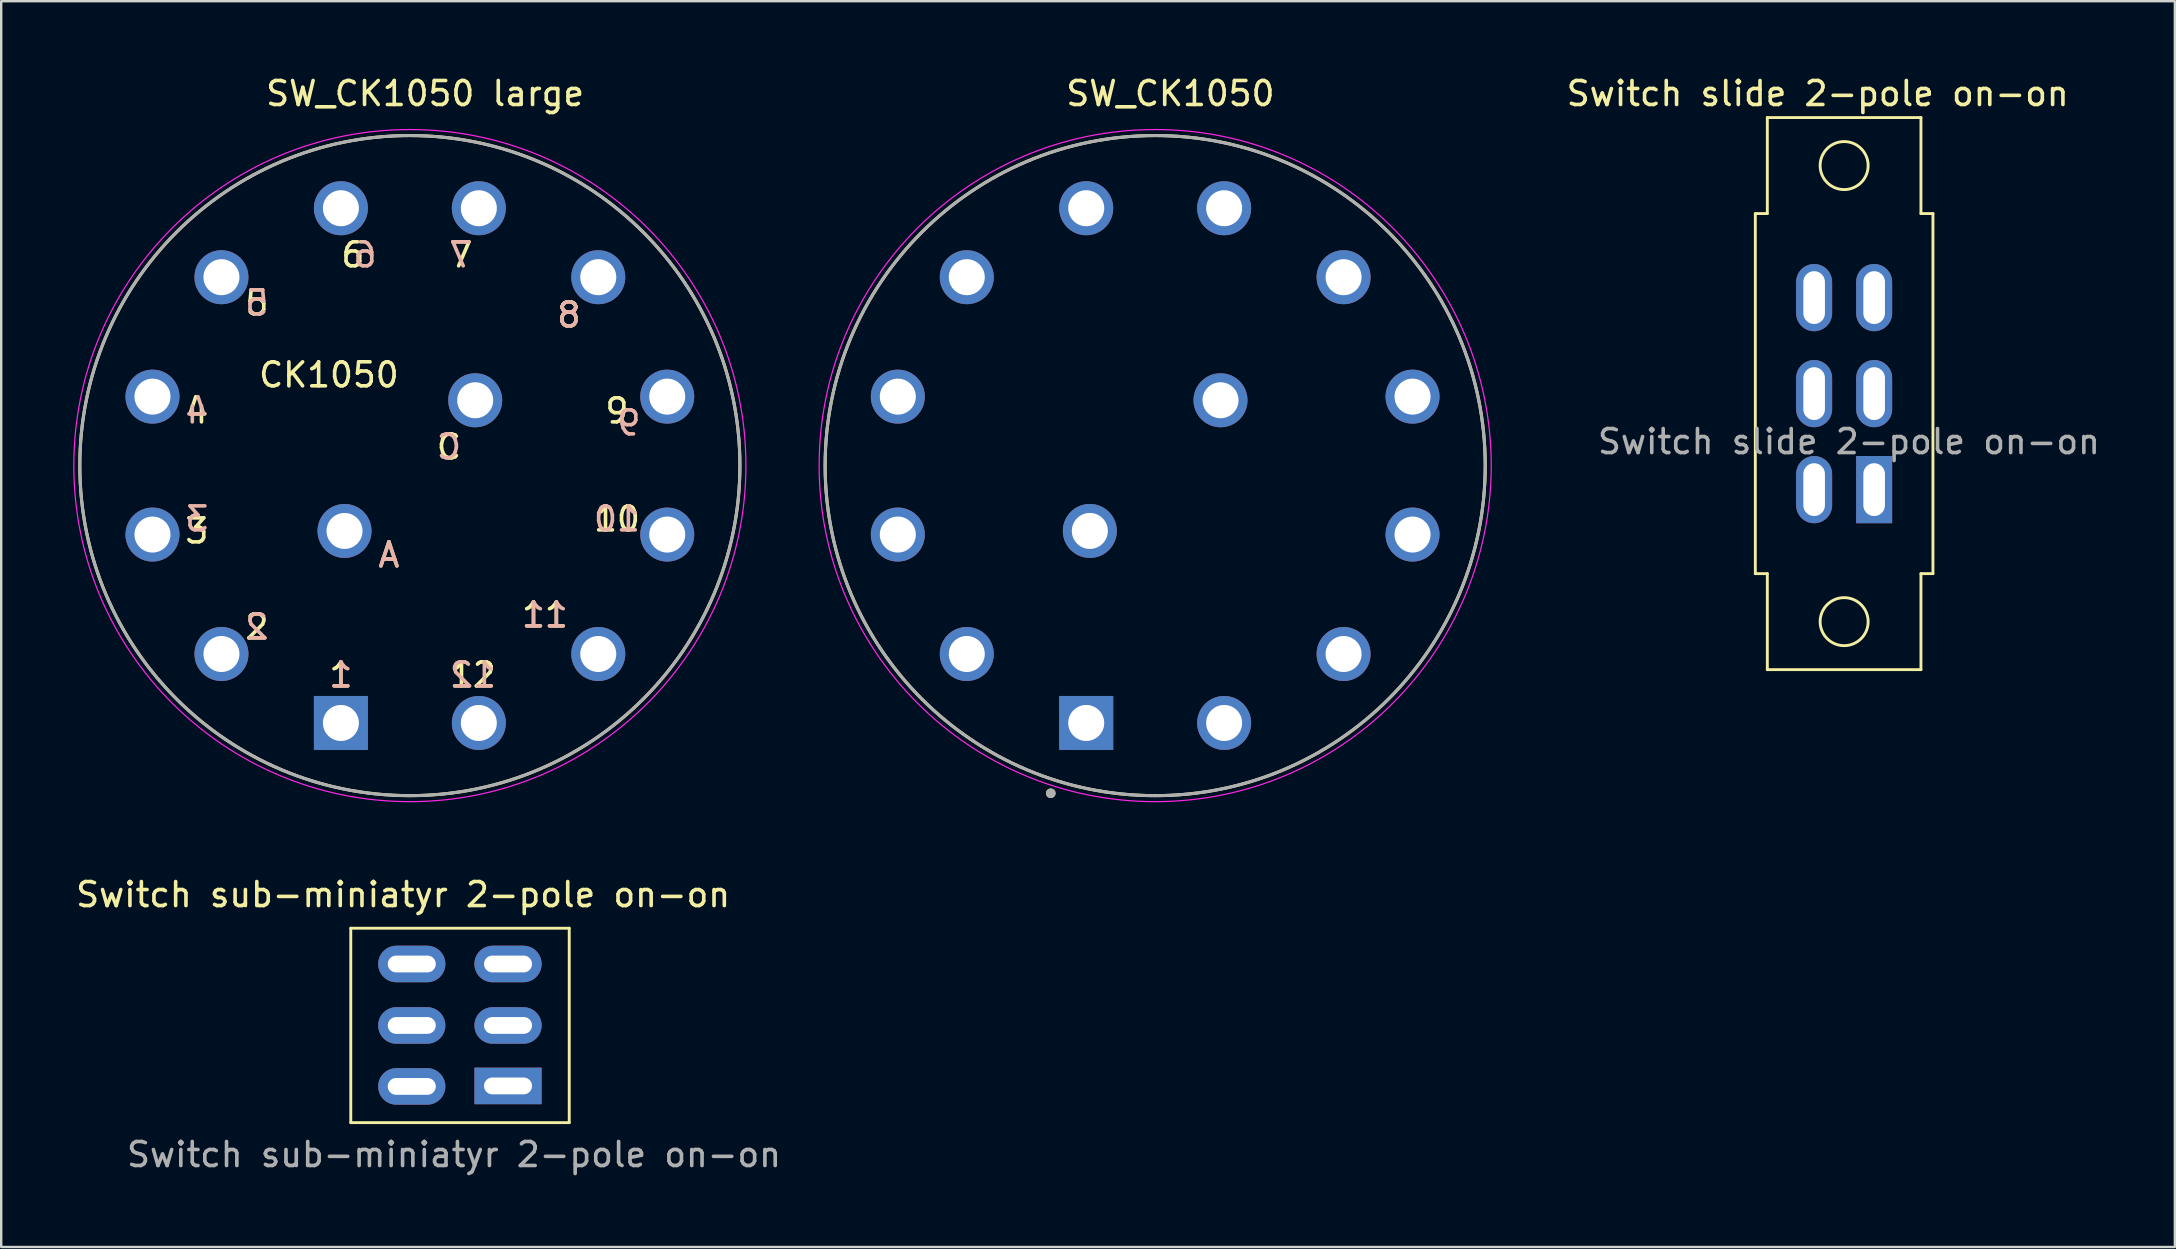
<source format=kicad_pcb>
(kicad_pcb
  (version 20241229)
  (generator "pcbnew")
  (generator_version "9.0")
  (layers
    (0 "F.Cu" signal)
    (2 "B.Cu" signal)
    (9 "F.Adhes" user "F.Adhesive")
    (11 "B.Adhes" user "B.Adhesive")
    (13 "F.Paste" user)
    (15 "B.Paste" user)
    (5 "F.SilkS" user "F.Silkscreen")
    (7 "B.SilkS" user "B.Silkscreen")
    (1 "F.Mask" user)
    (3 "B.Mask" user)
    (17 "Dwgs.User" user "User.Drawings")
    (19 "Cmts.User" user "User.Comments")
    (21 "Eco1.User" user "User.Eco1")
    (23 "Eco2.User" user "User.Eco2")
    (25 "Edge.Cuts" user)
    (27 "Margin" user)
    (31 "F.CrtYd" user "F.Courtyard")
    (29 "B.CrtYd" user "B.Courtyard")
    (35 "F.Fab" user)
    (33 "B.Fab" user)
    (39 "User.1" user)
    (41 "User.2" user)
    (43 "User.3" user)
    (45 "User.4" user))
  (footprint "Switch slide 2-pole on-on"
    (layer "F.Cu")
    (at 73.777 13.348)
    (property "Reference" "Switch slide 2-pole on-on" (at -1.1 -12.5 0) (unlocked yes) (layer "F.SilkS") (effects (font (size 1 1) (thickness 0.15))))
    (attr through_hole)
    (fp_line (start -3.7 -7.5) (end -3.2 -7.5) (stroke (width 0.12) (type default)) (layer "F.SilkS"))
    (fp_line (start -3.7 7.5) (end -3.7 -7.5) (stroke (width 0.12) (type default)) (layer "F.SilkS"))
    (fp_line (start -3.2 -11.5) (end 3.2 -11.5) (stroke (width 0.12) (type default)) (layer "F.SilkS"))
    (fp_line (start -3.2 -7.5) (end -3.2 -11.5) (stroke (width 0.12) (type default)) (layer "F.SilkS"))
    (fp_line (start -3.2 7.5) (end -3.7 7.5) (stroke (width 0.12) (type default)) (layer "F.SilkS"))
    (fp_line (start -3.2 11.5) (end -3.2 7.5) (stroke (width 0.12) (type default)) (layer "F.SilkS"))
    (fp_line (start 3.2 -11.5) (end 3.2 -7.5) (stroke (width 0.12) (type default)) (layer "F.SilkS"))
    (fp_line (start 3.2 -7.5) (end 3.7 -7.5) (stroke (width 0.12) (type default)) (layer "F.SilkS"))
    (fp_line (start 3.2 7.5) (end 3.2 11.5) (stroke (width 0.12) (type default)) (layer "F.SilkS"))
    (fp_line (start 3.2 11.5) (end -3.2 11.5) (stroke (width 0.12) (type default)) (layer "F.SilkS"))
    (fp_line (start 3.7 -7.5) (end 3.7 7.5) (stroke (width 0.12) (type default)) (layer "F.SilkS"))
    (fp_line (start 3.7 7.5) (end 3.2 7.5) (stroke (width 0.12) (type default)) (layer "F.SilkS"))
    (fp_circle (center 0 -9.5) (end 1 -9.5) (stroke (width 0.12) (type default)) (fill no) (layer "F.SilkS"))
    (fp_circle (center 0 9.5) (end 1 9.5) (stroke (width 0.12) (type default)) (fill no) (layer "F.SilkS"))
    (fp_text user "${REFERENCE}" (at 0.2 2 0) (unlocked yes) (layer "F.Fab") (effects (font (size 1 1) (thickness 0.15))))
    (pad "1" thru_hole rect (at 1.25 4) (size 1.5 2.8) (drill oval 0.9 2.2) (layers "*.Cu" "*.Mask"))
    (pad "2" thru_hole oval (at 1.25 0) (size 1.5 2.8) (drill oval 0.9 2.2) (layers "*.Cu" "*.Mask"))
    (pad "3" thru_hole oval (at 1.25 -4) (size 1.5 2.8) (drill oval 0.9 2.2) (layers "*.Cu" "*.Mask"))
    (pad "4" thru_hole oval (at -1.25 4) (size 1.5 2.8) (drill oval 0.9 2.2) (layers "*.Cu" "*.Mask"))
    (pad "5" thru_hole oval (at -1.25 0) (size 1.5 2.8) (drill oval 0.9 2.2) (layers "*.Cu" "*.Mask"))
    (pad "6" thru_hole oval (at -1.25 -4) (size 1.5 2.8) (drill oval 0.9 2.2) (layers "*.Cu" "*.Mask")))
  (footprint "Switch sub-miniatyr 2-pole on-on"
    (layer "F.Cu")
    (at 16.114 39.67)
    (property "Reference" "Switch sub-miniatyr 2-pole on-on" (at -2.37 -5.45 0) (unlocked yes) (layer "F.SilkS") (effects (font (size 1 1) (thickness 0.15))))
    (attr through_hole)
    (fp_line (start -4.55 -4.05) (end 4.55 -4.05) (stroke (width 0.12) (type default)) (layer "F.SilkS"))
    (fp_line (start -4.55 4.05) (end -4.55 -4.05) (stroke (width 0.12) (type default)) (layer "F.SilkS"))
    (fp_line (start 4.55 -4.05) (end 4.55 4.05) (stroke (width 0.12) (type default)) (layer "F.SilkS"))
    (fp_line (start 4.55 4.05) (end -4.55 4.05) (stroke (width 0.12) (type default)) (layer "F.SilkS"))
    (fp_text user "${REFERENCE}" (at -0.25 5.38 0) (unlocked yes) (layer "F.Fab") (effects (font (size 1 1) (thickness 0.15))))
    (pad "1" thru_hole rect (at 2 2.52) (size 2.8 1.524) (drill oval 2 0.7) (layers "*.Cu" "*.Mask"))
    (pad "2" thru_hole oval (at 2 0) (size 2.8 1.524) (drill oval 2 0.7) (layers "*.Cu" "*.Mask"))
    (pad "3" thru_hole oval (at 2 -2.56) (size 2.8 1.524) (drill oval 2 0.7) (layers "*.Cu" "*.Mask"))
    (pad "4" thru_hole oval (at -2.01 2.54) (size 2.8 1.524) (drill oval 2 0.7) (layers "*.Cu" "*.Mask"))
    (pad "5" thru_hole oval (at -2.01 0) (size 2.8 1.524) (drill oval 2 0.7) (layers "*.Cu" "*.Mask"))
    (pad "6" thru_hole oval (at -2.01 -2.56) (size 2.8 1.524) (drill oval 2 0.7) (layers "*.Cu" "*.Mask")))
  (footprint "SW_CK1050 large"
    (layer "F.Cu")
    (at 11.152 27.069)
    (property "Reference" "SW_CK1050 large" (at 3.508 -26.221 0) (layer "F.SilkS") (effects (font (size 1 1) (thickness 0.15))))
    (attr through_hole)
    (fp_circle (center 2.873 -10.722) (end 16.623 -10.722) (stroke (width 0.127) (type solid)) (fill no) (layer "F.SilkS"))
    (fp_circle (center 2.873 -10.722) (end 16.873 -10.722) (stroke (width 0.05) (type solid)) (fill no) (layer "F.CrtYd"))
    (fp_circle (center 2.873 -10.722) (end 16.623 -10.722) (stroke (width 0.127) (type solid)) (fill no) (layer "F.Fab"))
    (fp_text user "3" (at -6 -8 0) (unlocked yes) (layer "F.SilkS") (effects (font (size 1 1) (thickness 0.15))))
    (fp_text user "CK1050" (at -0.5 -14.5 0) (unlocked yes) (layer "F.SilkS") (effects (font (size 1 1) (thickness 0.15))))
    (fp_text user "A" (at 2 -7 0) (unlocked yes) (layer "F.SilkS") (effects (font (size 1 1) (thickness 0.15))))
    (fp_text user "5" (at -3.5 -17.5 0) (unlocked yes) (layer "F.SilkS") (effects (font (size 1 1) (thickness 0.15))))
    (fp_text user "7" (at 5 -19.5 0) (unlocked yes) (layer "F.SilkS") (effects (font (size 1 1) (thickness 0.15))))
    (fp_text user "10" (at 11.5 -8.5 0) (unlocked yes) (layer "F.SilkS") (effects (font (size 1 1) (thickness 0.15))))
    (fp_text user "11" (at 8.5 -4.5 0) (unlocked yes) (layer "F.SilkS") (effects (font (size 1 1) (thickness 0.15))))
    (fp_text user "4" (at -6 -13 0) (unlocked yes) (layer "F.SilkS") (effects (font (size 1 1) (thickness 0.15))))
    (fp_text user "6" (at 0.5 -19.5 0) (unlocked yes) (layer "F.SilkS") (effects (font (size 1 1) (thickness 0.15))))
    (fp_text user "8" (at 9.5 -17 0) (unlocked yes) (layer "F.SilkS") (effects (font (size 1 1) (thickness 0.15))))
    (fp_text user "C" (at 4.5 -11.5 0) (unlocked yes) (layer "F.SilkS") (effects (font (size 1 1) (thickness 0.15))))
    (fp_text user "9" (at 11.5 -13 0) (unlocked yes) (layer "F.SilkS") (effects (font (size 1 1) (thickness 0.15))))
    (fp_text user "2" (at -3.5 -4 0) (unlocked yes) (layer "F.SilkS") (effects (font (size 1 1) (thickness 0.15))))
    (fp_text user "12" (at 5.5 -2 0) (unlocked yes) (layer "F.SilkS") (effects (font (size 1 1) (thickness 0.15))))
    (fp_text user "1" (at 0 -2 0) (unlocked yes) (layer "F.SilkS") (effects (font (size 1 1) (thickness 0.15))))
    (fp_text user "10" (at 11.5 -8.5 0) (unlocked yes) (layer "B.SilkS") (effects (font (size 1 1) (thickness 0.15)) (justify mirror)))
    (fp_text user "2" (at -3.5 -4 0) (unlocked yes) (layer "B.SilkS") (effects (font (size 1 1) (thickness 0.15)) (justify mirror)))
    (fp_text user "3" (at -6 -8.5 0) (unlocked yes) (layer "B.SilkS") (effects (font (size 1 1) (thickness 0.15)) (justify mirror)))
    (fp_text user "12" (at 5.5 -2 0) (unlocked yes) (layer "B.SilkS") (effects (font (size 1 1) (thickness 0.15)) (justify mirror)))
    (fp_text user "6" (at 1 -19.5 0) (unlocked yes) (layer "B.SilkS") (effects (font (size 1 1) (thickness 0.15)) (justify mirror)))
    (fp_text user "1" (at 0 -2 0) (unlocked yes) (layer "B.SilkS") (effects (font (size 1 1) (thickness 0.15)) (justify mirror)))
    (fp_text user "7" (at 5 -19.5 0) (unlocked yes) (layer "B.SilkS") (effects (font (size 1 1) (thickness 0.15)) (justify mirror)))
    (fp_text user "8" (at 9.5 -17 0) (unlocked yes) (layer "B.SilkS") (effects (font (size 1 1) (thickness 0.15)) (justify mirror)))
    (fp_text user "11" (at 8.5 -4.5 0) (unlocked yes) (layer "B.SilkS") (effects (font (size 1 1) (thickness 0.15)) (justify mirror)))
    (fp_text user "4" (at -6 -13 0) (unlocked yes) (layer "B.SilkS") (effects (font (size 1 1) (thickness 0.15)) (justify mirror)))
    (fp_text user "C" (at 4.5 -11.5 0) (unlocked yes) (layer "B.SilkS") (effects (font (size 1 1) (thickness 0.15)) (justify mirror)))
    (fp_text user "5" (at -3.5 -17.5 0) (unlocked yes) (layer "B.SilkS") (effects (font (size 1 1) (thickness 0.15)) (justify mirror)))
    (fp_text user "A" (at 2 -7 0) (unlocked yes) (layer "B.SilkS") (effects (font (size 1 1) (thickness 0.15)) (justify mirror)))
    (fp_text user "9" (at 12 -12.5 0) (unlocked yes) (layer "B.SilkS") (effects (font (size 1 1) (thickness 0.15)) (justify mirror)))
    (pad "1" thru_hole rect (at 0 0) (size 2.25 2.25) (drill 1.5) (layers "*.Cu" "*.Mask"))
    (pad "2" thru_hole circle (at -4.976 -2.873) (size 2.25 2.25) (drill 1.5) (layers "*.Cu" "*.Mask"))
    (pad "3" thru_hole circle (at -7.849 -7.849) (size 2.25 2.25) (drill 1.5) (layers "*.Cu" "*.Mask"))
    (pad "4" thru_hole circle (at -7.849 -13.595) (size 2.25 2.25) (drill 1.5) (layers "*.Cu" "*.Mask"))
    (pad "5" thru_hole circle (at -4.976 -18.571) (size 2.25 2.25) (drill 1.5) (layers "*.Cu" "*.Mask"))
    (pad "6" thru_hole circle (at 0 -21.444) (size 2.25 2.25) (drill 1.5) (layers "*.Cu" "*.Mask"))
    (pad "7" thru_hole circle (at 5.746 -21.444) (size 2.25 2.25) (drill 1.5) (layers "*.Cu" "*.Mask"))
    (pad "8" thru_hole circle (at 10.722 -18.571) (size 2.25 2.25) (drill 1.5) (layers "*.Cu" "*.Mask"))
    (pad "9" thru_hole circle (at 13.595 -13.595) (size 2.25 2.25) (drill 1.5) (layers "*.Cu" "*.Mask"))
    (pad "10" thru_hole circle (at 13.595 -7.849) (size 2.25 2.25) (drill 1.5) (layers "*.Cu" "*.Mask"))
    (pad "11" thru_hole circle (at 10.722 -2.873) (size 2.25 2.25) (drill 1.5) (layers "*.Cu" "*.Mask"))
    (pad "12" thru_hole circle (at 5.746 0) (size 2.25 2.25) (drill 1.5) (layers "*.Cu" "*.Mask"))
    (pad "A" thru_hole circle (at 0.151 -7.999) (size 2.25 2.25) (drill 1.5) (layers "*.Cu" "*.Mask"))
    (pad "C" thru_hole circle (at 5.595 -13.444) (size 2.25 2.25) (drill 1.5) (layers "*.Cu" "*.Mask")))
  (footprint "SW_CK1050"
    (layer "F.Cu")
    (at 45.075 16.347)
    (property "Reference" "SW_CK1050" (at 0.635 -15.499 0) (layer "F.SilkS") (effects (font (size 1 1) (thickness 0.15))))
    (attr through_hole)
    (fp_circle (center -4.35 13.65) (end -4.25 13.65) (stroke (width 0.2) (type solid)) (fill no) (layer "F.SilkS"))
    (fp_circle (center 0 0) (end 13.75 0) (stroke (width 0.127) (type solid)) (fill no) (layer "F.SilkS"))
    (fp_circle (center 0 0) (end 14 0) (stroke (width 0.05) (type solid)) (fill no) (layer "F.CrtYd"))
    (fp_circle (center -4.35 13.65) (end -4.25 13.65) (stroke (width 0.2) (type solid)) (fill no) (layer "F.Fab"))
    (fp_circle (center 0 0) (end 13.75 0) (stroke (width 0.127) (type solid)) (fill no) (layer "F.Fab"))
    (pad "1" thru_hole rect (at -2.873 10.722) (size 2.25 2.25) (drill 1.5) (layers "*.Cu" "*.Mask"))
    (pad "2" thru_hole circle (at -7.849 7.849) (size 2.25 2.25) (drill 1.5) (layers "*.Cu" "*.Mask"))
    (pad "3" thru_hole circle (at -10.722 2.873) (size 2.25 2.25) (drill 1.5) (layers "*.Cu" "*.Mask"))
    (pad "4" thru_hole circle (at -10.722 -2.873) (size 2.25 2.25) (drill 1.5) (layers "*.Cu" "*.Mask"))
    (pad "5" thru_hole circle (at -7.849 -7.849) (size 2.25 2.25) (drill 1.5) (layers "*.Cu" "*.Mask"))
    (pad "6" thru_hole circle (at -2.873 -10.722) (size 2.25 2.25) (drill 1.5) (layers "*.Cu" "*.Mask"))
    (pad "7" thru_hole circle (at 2.873 -10.722) (size 2.25 2.25) (drill 1.5) (layers "*.Cu" "*.Mask"))
    (pad "8" thru_hole circle (at 7.849 -7.849) (size 2.25 2.25) (drill 1.5) (layers "*.Cu" "*.Mask"))
    (pad "9" thru_hole circle (at 10.722 -2.873) (size 2.25 2.25) (drill 1.5) (layers "*.Cu" "*.Mask"))
    (pad "10" thru_hole circle (at 10.722 2.873) (size 2.25 2.25) (drill 1.5) (layers "*.Cu" "*.Mask"))
    (pad "11" thru_hole circle (at 7.849 7.849) (size 2.25 2.25) (drill 1.5) (layers "*.Cu" "*.Mask"))
    (pad "12" thru_hole circle (at 2.873 10.722) (size 2.25 2.25) (drill 1.5) (layers "*.Cu" "*.Mask"))
    (pad "A" thru_hole circle (at -2.722 2.722) (size 2.25 2.25) (drill 1.5) (layers "*.Cu" "*.Mask"))
    (pad "C" thru_hole circle (at 2.722 -2.722) (size 2.25 2.25) (drill 1.5) (layers "*.Cu" "*.Mask")))
  (gr_rect
    (start -3 -3)
    (end 87.555 48.899)
    (stroke (width 0.1) (type default))
    (fill no)
    (layer "Edge.Cuts")))
</source>
